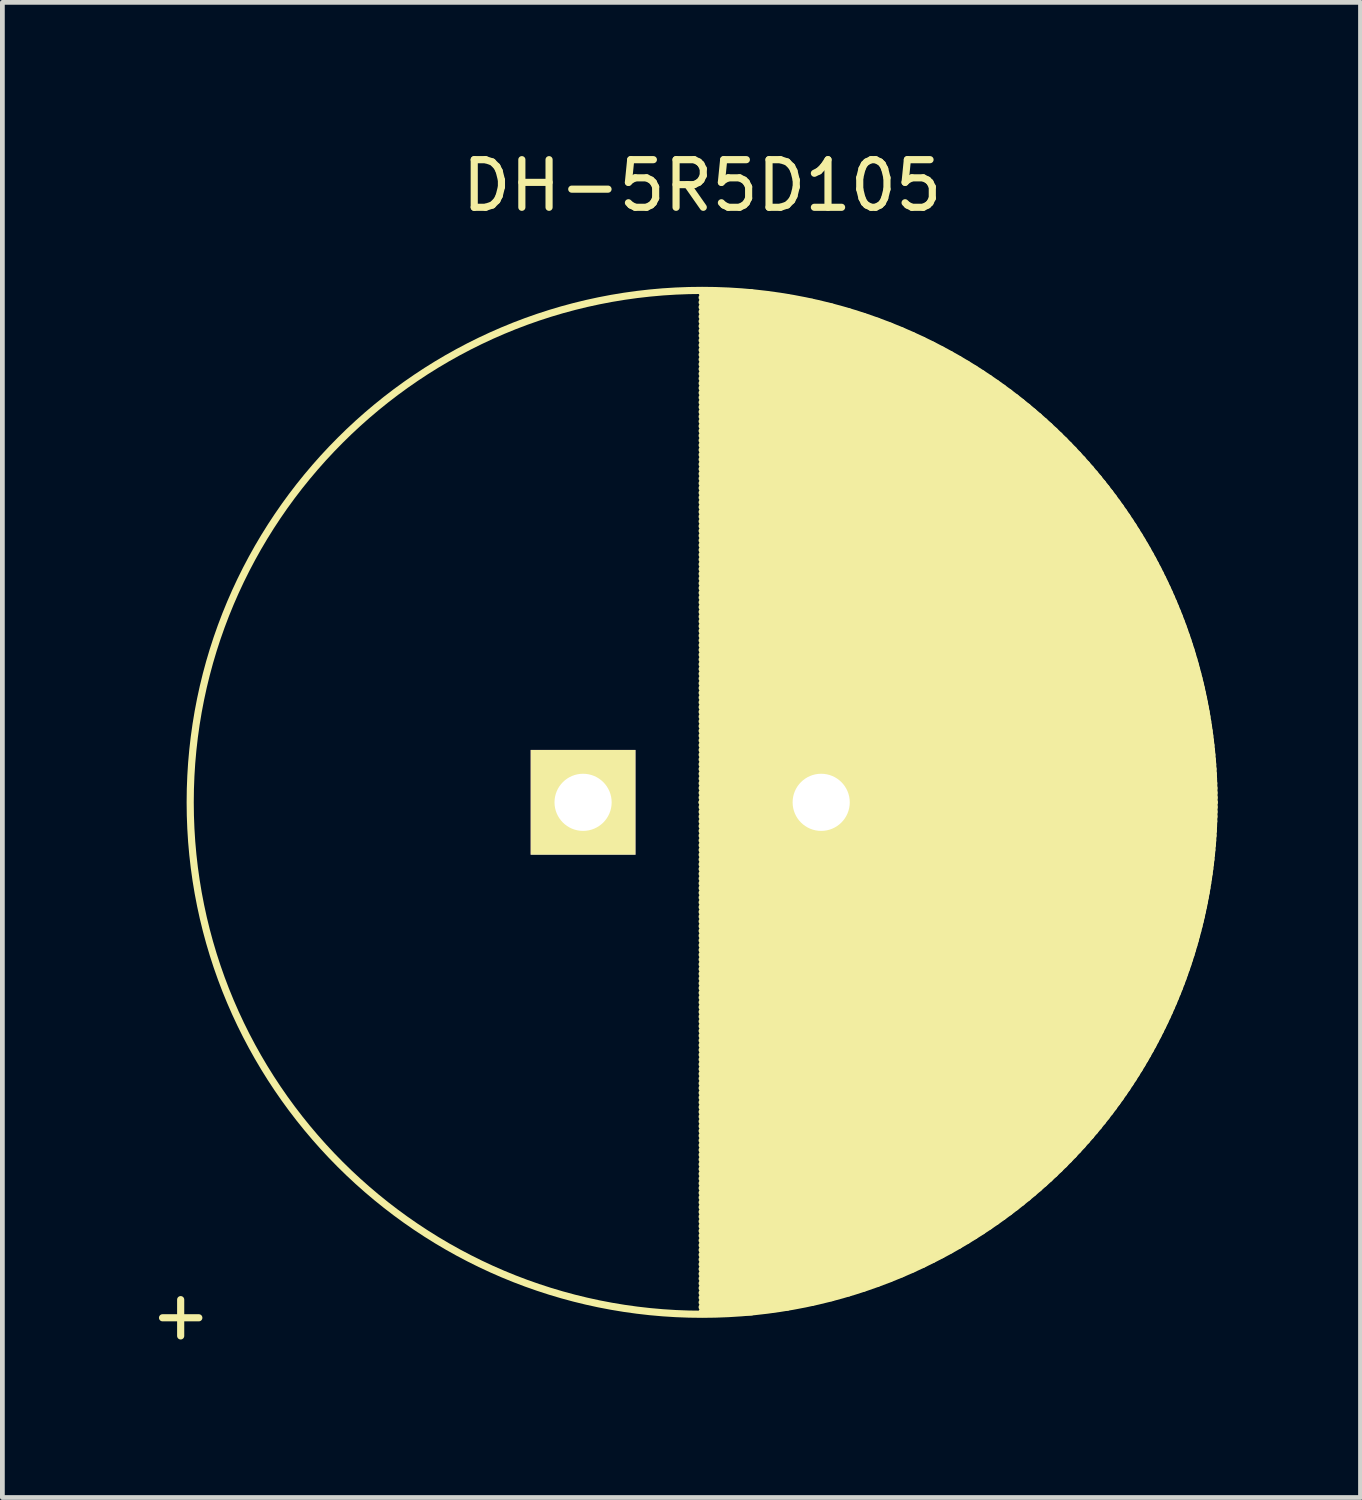
<source format=kicad_pcb>
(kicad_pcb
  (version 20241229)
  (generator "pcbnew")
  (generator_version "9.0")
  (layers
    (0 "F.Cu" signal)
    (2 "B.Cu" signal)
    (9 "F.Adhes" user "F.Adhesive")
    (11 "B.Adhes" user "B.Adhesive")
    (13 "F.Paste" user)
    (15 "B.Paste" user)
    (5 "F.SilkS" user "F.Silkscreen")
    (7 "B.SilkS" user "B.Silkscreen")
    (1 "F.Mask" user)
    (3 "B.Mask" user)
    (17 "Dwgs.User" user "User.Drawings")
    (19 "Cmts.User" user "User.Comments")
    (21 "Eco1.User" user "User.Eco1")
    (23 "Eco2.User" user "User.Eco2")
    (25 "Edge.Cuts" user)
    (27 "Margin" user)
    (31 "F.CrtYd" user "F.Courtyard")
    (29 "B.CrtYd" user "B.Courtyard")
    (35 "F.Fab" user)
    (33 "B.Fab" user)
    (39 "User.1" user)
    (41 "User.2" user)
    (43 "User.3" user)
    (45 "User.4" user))
  (footprint "DH-5R5D105"
    (layer "F.Cu")
    (at 9.194 13.798)
    (property "Reference" "DH-5R5D105" (at 2.5 -12.95 0) (layer "F.SilkS") (effects (font (size 1 1) (thickness 0.15))))
    (attr through_hole)
    (fp_line (start 2.5 -10.7) (end 3.536 -10.7) (stroke (width 0.15) (type solid)) (layer "F.SilkS"))
    (fp_line (start 2.5 -10.6) (end 4.29 -10.6) (stroke (width 0.15) (type solid)) (layer "F.SilkS"))
    (fp_line (start 2.5 -10.5) (end 4.805 -10.5) (stroke (width 0.15) (type solid)) (layer "F.SilkS"))
    (fp_line (start 2.5 -10.4) (end 5.221 -10.4) (stroke (width 0.15) (type solid)) (layer "F.SilkS"))
    (fp_line (start 2.5 -10.3) (end 5.578 -10.3) (stroke (width 0.15) (type solid)) (layer "F.SilkS"))
    (fp_line (start 2.5 -10.2) (end 5.894 -10.2) (stroke (width 0.15) (type solid)) (layer "F.SilkS"))
    (fp_line (start 2.5 -10.1) (end 6.181 -10.1) (stroke (width 0.15) (type solid)) (layer "F.SilkS"))
    (fp_line (start 2.5 -10) (end 6.445 -10) (stroke (width 0.15) (type solid)) (layer "F.SilkS"))
    (fp_line (start 2.5 -9.9) (end 6.69 -9.9) (stroke (width 0.15) (type solid)) (layer "F.SilkS"))
    (fp_line (start 2.5 -9.8) (end 6.918 -9.8) (stroke (width 0.15) (type solid)) (layer "F.SilkS"))
    (fp_line (start 2.5 -9.7) (end 7.134 -9.7) (stroke (width 0.15) (type solid)) (layer "F.SilkS"))
    (fp_line (start 2.5 -9.6) (end 7.338 -9.6) (stroke (width 0.15) (type solid)) (layer "F.SilkS"))
    (fp_line (start 2.5 -9.5) (end 7.531 -9.5) (stroke (width 0.15) (type solid)) (layer "F.SilkS"))
    (fp_line (start 2.5 -9.4) (end 7.716 -9.4) (stroke (width 0.15) (type solid)) (layer "F.SilkS"))
    (fp_line (start 2.5 -9.3) (end 7.892 -9.3) (stroke (width 0.15) (type solid)) (layer "F.SilkS"))
    (fp_line (start 2.5 -9.2) (end 8.061 -9.2) (stroke (width 0.15) (type solid)) (layer "F.SilkS"))
    (fp_line (start 2.5 -9.1) (end 8.223 -9.1) (stroke (width 0.15) (type solid)) (layer "F.SilkS"))
    (fp_line (start 2.5 -9) (end 8.379 -9) (stroke (width 0.15) (type solid)) (layer "F.SilkS"))
    (fp_line (start 2.5 -8.9) (end 8.529 -8.9) (stroke (width 0.15) (type solid)) (layer "F.SilkS"))
    (fp_line (start 2.5 -8.8) (end 8.674 -8.8) (stroke (width 0.15) (type solid)) (layer "F.SilkS"))
    (fp_line (start 2.5 -8.7) (end 8.814 -8.7) (stroke (width 0.15) (type solid)) (layer "F.SilkS"))
    (fp_line (start 2.5 -8.6) (end 8.95 -8.6) (stroke (width 0.15) (type solid)) (layer "F.SilkS"))
    (fp_line (start 2.5 -8.5) (end 9.081 -8.5) (stroke (width 0.15) (type solid)) (layer "F.SilkS"))
    (fp_line (start 2.5 -8.4) (end 9.208 -8.4) (stroke (width 0.15) (type solid)) (layer "F.SilkS"))
    (fp_line (start 2.5 -8.3) (end 9.332 -8.3) (stroke (width 0.15) (type solid)) (layer "F.SilkS"))
    (fp_line (start 2.5 -8.2) (end 9.451 -8.2) (stroke (width 0.15) (type solid)) (layer "F.SilkS"))
    (fp_line (start 2.5 -8.1) (end 9.568 -8.1) (stroke (width 0.15) (type solid)) (layer "F.SilkS"))
    (fp_line (start 2.5 -8) (end 9.681 -8) (stroke (width 0.15) (type solid)) (layer "F.SilkS"))
    (fp_line (start 2.5 -7.9) (end 9.791 -7.9) (stroke (width 0.15) (type solid)) (layer "F.SilkS"))
    (fp_line (start 2.5 -7.8) (end 9.897 -7.8) (stroke (width 0.15) (type solid)) (layer "F.SilkS"))
    (fp_line (start 2.5 -7.7) (end 10.002 -7.7) (stroke (width 0.15) (type solid)) (layer "F.SilkS"))
    (fp_line (start 2.5 -7.6) (end 10.103 -7.6) (stroke (width 0.15) (type solid)) (layer "F.SilkS"))
    (fp_line (start 2.5 -7.5) (end 10.201 -7.5) (stroke (width 0.15) (type solid)) (layer "F.SilkS"))
    (fp_line (start 2.5 -7.4) (end 10.298 -7.4) (stroke (width 0.15) (type solid)) (layer "F.SilkS"))
    (fp_line (start 2.5 -7.3) (end 10.391 -7.3) (stroke (width 0.15) (type solid)) (layer "F.SilkS"))
    (fp_line (start 2.5 -7.2) (end 10.483 -7.2) (stroke (width 0.15) (type solid)) (layer "F.SilkS"))
    (fp_line (start 2.5 -7.1) (end 10.572 -7.1) (stroke (width 0.15) (type solid)) (layer "F.SilkS"))
    (fp_line (start 2.5 -7) (end 10.659 -7) (stroke (width 0.15) (type solid)) (layer "F.SilkS"))
    (fp_line (start 2.5 -6.9) (end 10.743 -6.9) (stroke (width 0.15) (type solid)) (layer "F.SilkS"))
    (fp_line (start 2.5 -6.8) (end 10.826 -6.8) (stroke (width 0.15) (type solid)) (layer "F.SilkS"))
    (fp_line (start 2.5 -6.7) (end 10.907 -6.7) (stroke (width 0.15) (type solid)) (layer "F.SilkS"))
    (fp_line (start 2.5 -6.6) (end 10.985 -6.6) (stroke (width 0.15) (type solid)) (layer "F.SilkS"))
    (fp_line (start 2.5 -6.5) (end 11.062 -6.5) (stroke (width 0.15) (type solid)) (layer "F.SilkS"))
    (fp_line (start 2.5 -6.4) (end 11.137 -6.4) (stroke (width 0.15) (type solid)) (layer "F.SilkS"))
    (fp_line (start 2.5 -6.3) (end 11.21 -6.3) (stroke (width 0.15) (type solid)) (layer "F.SilkS"))
    (fp_line (start 2.5 -6.2) (end 11.282 -6.2) (stroke (width 0.15) (type solid)) (layer "F.SilkS"))
    (fp_line (start 2.5 -6.1) (end 11.352 -6.1) (stroke (width 0.15) (type solid)) (layer "F.SilkS"))
    (fp_line (start 2.5 -6) (end 11.42 -6) (stroke (width 0.15) (type solid)) (layer "F.SilkS"))
    (fp_line (start 2.5 -5.9) (end 11.486 -5.9) (stroke (width 0.15) (type solid)) (layer "F.SilkS"))
    (fp_line (start 2.5 -5.8) (end 11.551 -5.8) (stroke (width 0.15) (type solid)) (layer "F.SilkS"))
    (fp_line (start 2.5 -5.7) (end 11.614 -5.7) (stroke (width 0.15) (type solid)) (layer "F.SilkS"))
    (fp_line (start 2.5 -5.6) (end 11.676 -5.6) (stroke (width 0.15) (type solid)) (layer "F.SilkS"))
    (fp_line (start 2.5 -5.5) (end 11.736 -5.5) (stroke (width 0.15) (type solid)) (layer "F.SilkS"))
    (fp_line (start 2.5 -5.4) (end 11.795 -5.4) (stroke (width 0.15) (type solid)) (layer "F.SilkS"))
    (fp_line (start 2.5 -5.3) (end 11.853 -5.3) (stroke (width 0.15) (type solid)) (layer "F.SilkS"))
    (fp_line (start 2.5 -5.2) (end 11.909 -5.2) (stroke (width 0.15) (type solid)) (layer "F.SilkS"))
    (fp_line (start 2.5 -5.1) (end 11.963 -5.1) (stroke (width 0.15) (type solid)) (layer "F.SilkS"))
    (fp_line (start 2.5 -5) (end 12.016 -5) (stroke (width 0.15) (type solid)) (layer "F.SilkS"))
    (fp_line (start 2.5 -4.9) (end 12.068 -4.9) (stroke (width 0.15) (type solid)) (layer "F.SilkS"))
    (fp_line (start 2.5 -4.8) (end 12.119 -4.8) (stroke (width 0.15) (type solid)) (layer "F.SilkS"))
    (fp_line (start 2.5 -4.7) (end 12.168 -4.7) (stroke (width 0.15) (type solid)) (layer "F.SilkS"))
    (fp_line (start 2.5 -4.6) (end 12.216 -4.6) (stroke (width 0.15) (type solid)) (layer "F.SilkS"))
    (fp_line (start 2.5 -4.5) (end 12.263 -4.5) (stroke (width 0.15) (type solid)) (layer "F.SilkS"))
    (fp_line (start 2.5 -4.4) (end 12.308 -4.4) (stroke (width 0.15) (type solid)) (layer "F.SilkS"))
    (fp_line (start 2.5 -4.3) (end 12.353 -4.3) (stroke (width 0.15) (type solid)) (layer "F.SilkS"))
    (fp_line (start 2.5 -4.2) (end 12.396 -4.2) (stroke (width 0.15) (type solid)) (layer "F.SilkS"))
    (fp_line (start 2.5 -4.1) (end 12.437 -4.1) (stroke (width 0.15) (type solid)) (layer "F.SilkS"))
    (fp_line (start 2.5 -4) (end 12.478 -4) (stroke (width 0.15) (type solid)) (layer "F.SilkS"))
    (fp_line (start 2.5 -3.9) (end 12.518 -3.9) (stroke (width 0.15) (type solid)) (layer "F.SilkS"))
    (fp_line (start 2.5 -3.8) (end 12.556 -3.8) (stroke (width 0.15) (type solid)) (layer "F.SilkS"))
    (fp_line (start 2.5 -3.7) (end 12.593 -3.7) (stroke (width 0.15) (type solid)) (layer "F.SilkS"))
    (fp_line (start 2.5 -3.6) (end 12.629 -3.6) (stroke (width 0.15) (type solid)) (layer "F.SilkS"))
    (fp_line (start 2.5 -3.5) (end 12.664 -3.5) (stroke (width 0.15) (type solid)) (layer "F.SilkS"))
    (fp_line (start 2.5 -3.4) (end 12.698 -3.4) (stroke (width 0.15) (type solid)) (layer "F.SilkS"))
    (fp_line (start 2.5 -3.3) (end 12.731 -3.3) (stroke (width 0.15) (type solid)) (layer "F.SilkS"))
    (fp_line (start 2.5 -3.2) (end 12.763 -3.2) (stroke (width 0.15) (type solid)) (layer "F.SilkS"))
    (fp_line (start 2.5 -3.1) (end 12.793 -3.1) (stroke (width 0.15) (type solid)) (layer "F.SilkS"))
    (fp_line (start 2.5 -3) (end 12.823 -3) (stroke (width 0.15) (type solid)) (layer "F.SilkS"))
    (fp_line (start 2.5 -2.9) (end 12.851 -2.9) (stroke (width 0.15) (type solid)) (layer "F.SilkS"))
    (fp_line (start 2.5 -2.8) (end 12.879 -2.8) (stroke (width 0.15) (type solid)) (layer "F.SilkS"))
    (fp_line (start 2.5 -2.7) (end 12.905 -2.7) (stroke (width 0.15) (type solid)) (layer "F.SilkS"))
    (fp_line (start 2.5 -2.6) (end 12.931 -2.6) (stroke (width 0.15) (type solid)) (layer "F.SilkS"))
    (fp_line (start 2.5 -2.5) (end 12.955 -2.5) (stroke (width 0.15) (type solid)) (layer "F.SilkS"))
    (fp_line (start 2.5 -2.4) (end 12.979 -2.4) (stroke (width 0.15) (type solid)) (layer "F.SilkS"))
    (fp_line (start 2.5 -2.3) (end 13.001 -2.3) (stroke (width 0.15) (type solid)) (layer "F.SilkS"))
    (fp_line (start 2.5 -2.2) (end 13.022 -2.2) (stroke (width 0.15) (type solid)) (layer "F.SilkS"))
    (fp_line (start 2.5 -2.1) (end 13.043 -2.1) (stroke (width 0.15) (type solid)) (layer "F.SilkS"))
    (fp_line (start 2.5 -2) (end 13.062 -2) (stroke (width 0.15) (type solid)) (layer "F.SilkS"))
    (fp_line (start 2.5 -1.9) (end 13.081 -1.9) (stroke (width 0.15) (type solid)) (layer "F.SilkS"))
    (fp_line (start 2.5 -1.8) (end 13.098 -1.8) (stroke (width 0.15) (type solid)) (layer "F.SilkS"))
    (fp_line (start 2.5 -1.7) (end 13.115 -1.7) (stroke (width 0.15) (type solid)) (layer "F.SilkS"))
    (fp_line (start 2.5 -1.6) (end 13.13 -1.6) (stroke (width 0.15) (type solid)) (layer "F.SilkS"))
    (fp_line (start 2.5 -1.5) (end 13.145 -1.5) (stroke (width 0.15) (type solid)) (layer "F.SilkS"))
    (fp_line (start 2.5 -1.4) (end 13.158 -1.4) (stroke (width 0.15) (type solid)) (layer "F.SilkS"))
    (fp_line (start 2.5 -1.3) (end 13.171 -1.3) (stroke (width 0.15) (type solid)) (layer "F.SilkS"))
    (fp_line (start 2.5 -1.2) (end 13.183 -1.2) (stroke (width 0.15) (type solid)) (layer "F.SilkS"))
    (fp_line (start 2.5 -1.1) (end 13.194 -1.1) (stroke (width 0.15) (type solid)) (layer "F.SilkS"))
    (fp_line (start 2.5 -1) (end 13.203 -1) (stroke (width 0.15) (type solid)) (layer "F.SilkS"))
    (fp_line (start 2.5 -0.9) (end 13.212 -0.9) (stroke (width 0.15) (type solid)) (layer "F.SilkS"))
    (fp_line (start 2.5 -0.8) (end 13.22 -0.8) (stroke (width 0.15) (type solid)) (layer "F.SilkS"))
    (fp_line (start 2.5 -0.7) (end 13.227 -0.7) (stroke (width 0.15) (type solid)) (layer "F.SilkS"))
    (fp_line (start 2.5 -0.6) (end 13.233 -0.6) (stroke (width 0.15) (type solid)) (layer "F.SilkS"))
    (fp_line (start 2.5 -0.5) (end 13.238 -0.5) (stroke (width 0.15) (type solid)) (layer "F.SilkS"))
    (fp_line (start 2.5 -0.4) (end 13.243 -0.4) (stroke (width 0.15) (type solid)) (layer "F.SilkS"))
    (fp_line (start 2.5 -0.3) (end 13.246 -0.3) (stroke (width 0.15) (type solid)) (layer "F.SilkS"))
    (fp_line (start 2.5 -0.2) (end 13.248 -0.2) (stroke (width 0.15) (type solid)) (layer "F.SilkS"))
    (fp_line (start 2.5 -0.1) (end 13.25 -0.1) (stroke (width 0.15) (type solid)) (layer "F.SilkS"))
    (fp_line (start 2.5 0) (end 13.25 0) (stroke (width 0.15) (type solid)) (layer "F.SilkS"))
    (fp_line (start 2.5 0) (end 13.25 0) (stroke (width 0.15) (type solid)) (layer "F.SilkS"))
    (fp_line (start 2.5 0.1) (end 13.25 0.1) (stroke (width 0.15) (type solid)) (layer "F.SilkS"))
    (fp_line (start 2.5 0.2) (end 13.248 0.2) (stroke (width 0.15) (type solid)) (layer "F.SilkS"))
    (fp_line (start 2.5 0.3) (end 13.246 0.3) (stroke (width 0.15) (type solid)) (layer "F.SilkS"))
    (fp_line (start 2.5 0.4) (end 13.243 0.4) (stroke (width 0.15) (type solid)) (layer "F.SilkS"))
    (fp_line (start 2.5 0.5) (end 13.238 0.5) (stroke (width 0.15) (type solid)) (layer "F.SilkS"))
    (fp_line (start 2.5 0.6) (end 13.233 0.6) (stroke (width 0.15) (type solid)) (layer "F.SilkS"))
    (fp_line (start 2.5 0.7) (end 13.227 0.7) (stroke (width 0.15) (type solid)) (layer "F.SilkS"))
    (fp_line (start 2.5 0.8) (end 13.22 0.8) (stroke (width 0.15) (type solid)) (layer "F.SilkS"))
    (fp_line (start 2.5 0.9) (end 13.212 0.9) (stroke (width 0.15) (type solid)) (layer "F.SilkS"))
    (fp_line (start 2.5 1) (end 13.203 1) (stroke (width 0.15) (type solid)) (layer "F.SilkS"))
    (fp_line (start 2.5 1.1) (end 13.194 1.1) (stroke (width 0.15) (type solid)) (layer "F.SilkS"))
    (fp_line (start 2.5 1.2) (end 13.183 1.2) (stroke (width 0.15) (type solid)) (layer "F.SilkS"))
    (fp_line (start 2.5 1.3) (end 13.171 1.3) (stroke (width 0.15) (type solid)) (layer "F.SilkS"))
    (fp_line (start 2.5 1.4) (end 13.158 1.4) (stroke (width 0.15) (type solid)) (layer "F.SilkS"))
    (fp_line (start 2.5 1.5) (end 13.145 1.5) (stroke (width 0.15) (type solid)) (layer "F.SilkS"))
    (fp_line (start 2.5 1.6) (end 13.13 1.6) (stroke (width 0.15) (type solid)) (layer "F.SilkS"))
    (fp_line (start 2.5 1.7) (end 13.115 1.7) (stroke (width 0.15) (type solid)) (layer "F.SilkS"))
    (fp_line (start 2.5 1.8) (end 13.098 1.8) (stroke (width 0.15) (type solid)) (layer "F.SilkS"))
    (fp_line (start 2.5 1.9) (end 13.081 1.9) (stroke (width 0.15) (type solid)) (layer "F.SilkS"))
    (fp_line (start 2.5 2) (end 13.062 2) (stroke (width 0.15) (type solid)) (layer "F.SilkS"))
    (fp_line (start 2.5 2.1) (end 13.043 2.1) (stroke (width 0.15) (type solid)) (layer "F.SilkS"))
    (fp_line (start 2.5 2.2) (end 13.022 2.2) (stroke (width 0.15) (type solid)) (layer "F.SilkS"))
    (fp_line (start 2.5 2.3) (end 13.001 2.3) (stroke (width 0.15) (type solid)) (layer "F.SilkS"))
    (fp_line (start 2.5 2.4) (end 12.979 2.4) (stroke (width 0.15) (type solid)) (layer "F.SilkS"))
    (fp_line (start 2.5 2.5) (end 12.955 2.5) (stroke (width 0.15) (type solid)) (layer "F.SilkS"))
    (fp_line (start 2.5 2.6) (end 12.931 2.6) (stroke (width 0.15) (type solid)) (layer "F.SilkS"))
    (fp_line (start 2.5 2.7) (end 12.905 2.7) (stroke (width 0.15) (type solid)) (layer "F.SilkS"))
    (fp_line (start 2.5 2.8) (end 12.879 2.8) (stroke (width 0.15) (type solid)) (layer "F.SilkS"))
    (fp_line (start 2.5 2.9) (end 12.851 2.9) (stroke (width 0.15) (type solid)) (layer "F.SilkS"))
    (fp_line (start 2.5 3) (end 12.823 3) (stroke (width 0.15) (type solid)) (layer "F.SilkS"))
    (fp_line (start 2.5 3.1) (end 12.793 3.1) (stroke (width 0.15) (type solid)) (layer "F.SilkS"))
    (fp_line (start 2.5 3.2) (end 12.763 3.2) (stroke (width 0.15) (type solid)) (layer "F.SilkS"))
    (fp_line (start 2.5 3.3) (end 12.731 3.3) (stroke (width 0.15) (type solid)) (layer "F.SilkS"))
    (fp_line (start 2.5 3.4) (end 12.698 3.4) (stroke (width 0.15) (type solid)) (layer "F.SilkS"))
    (fp_line (start 2.5 3.5) (end 12.664 3.5) (stroke (width 0.15) (type solid)) (layer "F.SilkS"))
    (fp_line (start 2.5 3.6) (end 12.629 3.6) (stroke (width 0.15) (type solid)) (layer "F.SilkS"))
    (fp_line (start 2.5 3.7) (end 12.593 3.7) (stroke (width 0.15) (type solid)) (layer "F.SilkS"))
    (fp_line (start 2.5 3.8) (end 12.556 3.8) (stroke (width 0.15) (type solid)) (layer "F.SilkS"))
    (fp_line (start 2.5 3.9) (end 12.518 3.9) (stroke (width 0.15) (type solid)) (layer "F.SilkS"))
    (fp_line (start 2.5 4) (end 12.478 4) (stroke (width 0.15) (type solid)) (layer "F.SilkS"))
    (fp_line (start 2.5 4.1) (end 12.437 4.1) (stroke (width 0.15) (type solid)) (layer "F.SilkS"))
    (fp_line (start 2.5 4.2) (end 12.396 4.2) (stroke (width 0.15) (type solid)) (layer "F.SilkS"))
    (fp_line (start 2.5 4.3) (end 12.353 4.3) (stroke (width 0.15) (type solid)) (layer "F.SilkS"))
    (fp_line (start 2.5 4.4) (end 12.308 4.4) (stroke (width 0.15) (type solid)) (layer "F.SilkS"))
    (fp_line (start 2.5 4.5) (end 12.263 4.5) (stroke (width 0.15) (type solid)) (layer "F.SilkS"))
    (fp_line (start 2.5 4.6) (end 12.216 4.6) (stroke (width 0.15) (type solid)) (layer "F.SilkS"))
    (fp_line (start 2.5 4.7) (end 12.168 4.7) (stroke (width 0.15) (type solid)) (layer "F.SilkS"))
    (fp_line (start 2.5 4.8) (end 12.119 4.8) (stroke (width 0.15) (type solid)) (layer "F.SilkS"))
    (fp_line (start 2.5 4.9) (end 12.068 4.9) (stroke (width 0.15) (type solid)) (layer "F.SilkS"))
    (fp_line (start 2.5 5) (end 12.016 5) (stroke (width 0.15) (type solid)) (layer "F.SilkS"))
    (fp_line (start 2.5 5.1) (end 11.963 5.1) (stroke (width 0.15) (type solid)) (layer "F.SilkS"))
    (fp_line (start 2.5 5.2) (end 11.909 5.2) (stroke (width 0.15) (type solid)) (layer "F.SilkS"))
    (fp_line (start 2.5 5.3) (end 11.853 5.3) (stroke (width 0.15) (type solid)) (layer "F.SilkS"))
    (fp_line (start 2.5 5.4) (end 11.795 5.4) (stroke (width 0.15) (type solid)) (layer "F.SilkS"))
    (fp_line (start 2.5 5.5) (end 11.736 5.5) (stroke (width 0.15) (type solid)) (layer "F.SilkS"))
    (fp_line (start 2.5 5.6) (end 11.676 5.6) (stroke (width 0.15) (type solid)) (layer "F.SilkS"))
    (fp_line (start 2.5 5.7) (end 11.614 5.7) (stroke (width 0.15) (type solid)) (layer "F.SilkS"))
    (fp_line (start 2.5 5.8) (end 11.551 5.8) (stroke (width 0.15) (type solid)) (layer "F.SilkS"))
    (fp_line (start 2.5 5.9) (end 11.486 5.9) (stroke (width 0.15) (type solid)) (layer "F.SilkS"))
    (fp_line (start 2.5 6) (end 11.42 6) (stroke (width 0.15) (type solid)) (layer "F.SilkS"))
    (fp_line (start 2.5 6.1) (end 11.352 6.1) (stroke (width 0.15) (type solid)) (layer "F.SilkS"))
    (fp_line (start 2.5 6.2) (end 11.282 6.2) (stroke (width 0.15) (type solid)) (layer "F.SilkS"))
    (fp_line (start 2.5 6.3) (end 11.21 6.3) (stroke (width 0.15) (type solid)) (layer "F.SilkS"))
    (fp_line (start 2.5 6.4) (end 11.137 6.4) (stroke (width 0.15) (type solid)) (layer "F.SilkS"))
    (fp_line (start 2.5 6.5) (end 11.062 6.5) (stroke (width 0.15) (type solid)) (layer "F.SilkS"))
    (fp_line (start 2.5 6.6) (end 10.985 6.6) (stroke (width 0.15) (type solid)) (layer "F.SilkS"))
    (fp_line (start 2.5 6.7) (end 10.907 6.7) (stroke (width 0.15) (type solid)) (layer "F.SilkS"))
    (fp_line (start 2.5 6.8) (end 10.826 6.8) (stroke (width 0.15) (type solid)) (layer "F.SilkS"))
    (fp_line (start 2.5 6.9) (end 10.743 6.9) (stroke (width 0.15) (type solid)) (layer "F.SilkS"))
    (fp_line (start 2.5 7) (end 10.659 7) (stroke (width 0.15) (type solid)) (layer "F.SilkS"))
    (fp_line (start 2.5 7.1) (end 10.572 7.1) (stroke (width 0.15) (type solid)) (layer "F.SilkS"))
    (fp_line (start 2.5 7.2) (end 10.483 7.2) (stroke (width 0.15) (type solid)) (layer "F.SilkS"))
    (fp_line (start 2.5 7.3) (end 10.391 7.3) (stroke (width 0.15) (type solid)) (layer "F.SilkS"))
    (fp_line (start 2.5 7.4) (end 10.298 7.4) (stroke (width 0.15) (type solid)) (layer "F.SilkS"))
    (fp_line (start 2.5 7.5) (end 10.201 7.5) (stroke (width 0.15) (type solid)) (layer "F.SilkS"))
    (fp_line (start 2.5 7.6) (end 10.103 7.6) (stroke (width 0.15) (type solid)) (layer "F.SilkS"))
    (fp_line (start 2.5 7.7) (end 10.002 7.7) (stroke (width 0.15) (type solid)) (layer "F.SilkS"))
    (fp_line (start 2.5 7.8) (end 9.897 7.8) (stroke (width 0.15) (type solid)) (layer "F.SilkS"))
    (fp_line (start 2.5 7.9) (end 9.791 7.9) (stroke (width 0.15) (type solid)) (layer "F.SilkS"))
    (fp_line (start 2.5 8) (end 9.681 8) (stroke (width 0.15) (type solid)) (layer "F.SilkS"))
    (fp_line (start 2.5 8.1) (end 9.568 8.1) (stroke (width 0.15) (type solid)) (layer "F.SilkS"))
    (fp_line (start 2.5 8.2) (end 9.451 8.2) (stroke (width 0.15) (type solid)) (layer "F.SilkS"))
    (fp_line (start 2.5 8.3) (end 9.332 8.3) (stroke (width 0.15) (type solid)) (layer "F.SilkS"))
    (fp_line (start 2.5 8.4) (end 9.208 8.4) (stroke (width 0.15) (type solid)) (layer "F.SilkS"))
    (fp_line (start 2.5 8.5) (end 9.081 8.5) (stroke (width 0.15) (type solid)) (layer "F.SilkS"))
    (fp_line (start 2.5 8.6) (end 8.95 8.6) (stroke (width 0.15) (type solid)) (layer "F.SilkS"))
    (fp_line (start 2.5 8.7) (end 8.814 8.7) (stroke (width 0.15) (type solid)) (layer "F.SilkS"))
    (fp_line (start 2.5 8.8) (end 8.674 8.8) (stroke (width 0.15) (type solid)) (layer "F.SilkS"))
    (fp_line (start 2.5 8.9) (end 8.529 8.9) (stroke (width 0.15) (type solid)) (layer "F.SilkS"))
    (fp_line (start 2.5 9) (end 8.379 9) (stroke (width 0.15) (type solid)) (layer "F.SilkS"))
    (fp_line (start 2.5 9.1) (end 8.223 9.1) (stroke (width 0.15) (type solid)) (layer "F.SilkS"))
    (fp_line (start 2.5 9.2) (end 8.061 9.2) (stroke (width 0.15) (type solid)) (layer "F.SilkS"))
    (fp_line (start 2.5 9.3) (end 7.892 9.3) (stroke (width 0.15) (type solid)) (layer "F.SilkS"))
    (fp_line (start 2.5 9.4) (end 7.716 9.4) (stroke (width 0.15) (type solid)) (layer "F.SilkS"))
    (fp_line (start 2.5 9.5) (end 7.531 9.5) (stroke (width 0.15) (type solid)) (layer "F.SilkS"))
    (fp_line (start 2.5 9.6) (end 7.338 9.6) (stroke (width 0.15) (type solid)) (layer "F.SilkS"))
    (fp_line (start 2.5 9.7) (end 7.134 9.7) (stroke (width 0.15) (type solid)) (layer "F.SilkS"))
    (fp_line (start 2.5 9.8) (end 6.918 9.8) (stroke (width 0.15) (type solid)) (layer "F.SilkS"))
    (fp_line (start 2.5 9.9) (end 6.69 9.9) (stroke (width 0.15) (type solid)) (layer "F.SilkS"))
    (fp_line (start 2.5 10) (end 6.445 10) (stroke (width 0.15) (type solid)) (layer "F.SilkS"))
    (fp_line (start 2.5 10.1) (end 6.181 10.1) (stroke (width 0.15) (type solid)) (layer "F.SilkS"))
    (fp_line (start 2.5 10.2) (end 5.894 10.2) (stroke (width 0.15) (type solid)) (layer "F.SilkS"))
    (fp_line (start 2.5 10.3) (end 5.578 10.3) (stroke (width 0.15) (type solid)) (layer "F.SilkS"))
    (fp_line (start 2.5 10.4) (end 5.221 10.4) (stroke (width 0.15) (type solid)) (layer "F.SilkS"))
    (fp_line (start 2.5 10.5) (end 4.805 10.5) (stroke (width 0.15) (type solid)) (layer "F.SilkS"))
    (fp_line (start 2.5 10.6) (end 4.29 10.6) (stroke (width 0.15) (type solid)) (layer "F.SilkS"))
    (fp_line (start 2.5 10.7) (end 3.536 10.7) (stroke (width 0.15) (type solid)) (layer "F.SilkS"))
    (fp_circle (center 2.5 0) (end 2.5 -10.75) (stroke (width 0.15) (type solid)) (fill no) (layer "F.SilkS"))
    (fp_text user "+" (at -8.45 10.75 0) (layer "F.SilkS") (effects (font (size 1 1) (thickness 0.15))))
    (pad "1" thru_hole rect (at 0 0) (size 2.2 2.2) (drill 1.2) (layers "*.Cu" "*.Mask" "F.SilkS"))
    (pad "2" thru_hole circle (at 5 0) (size 2.2 2.2) (drill 1.2) (layers "*.Cu" "*.Mask" "F.SilkS")))
  (gr_rect
    (start -3 -3)
    (end 25.519 28.396)
    (stroke (width 0.1) (type default))
    (fill no)
    (layer "Edge.Cuts")))
</source>
